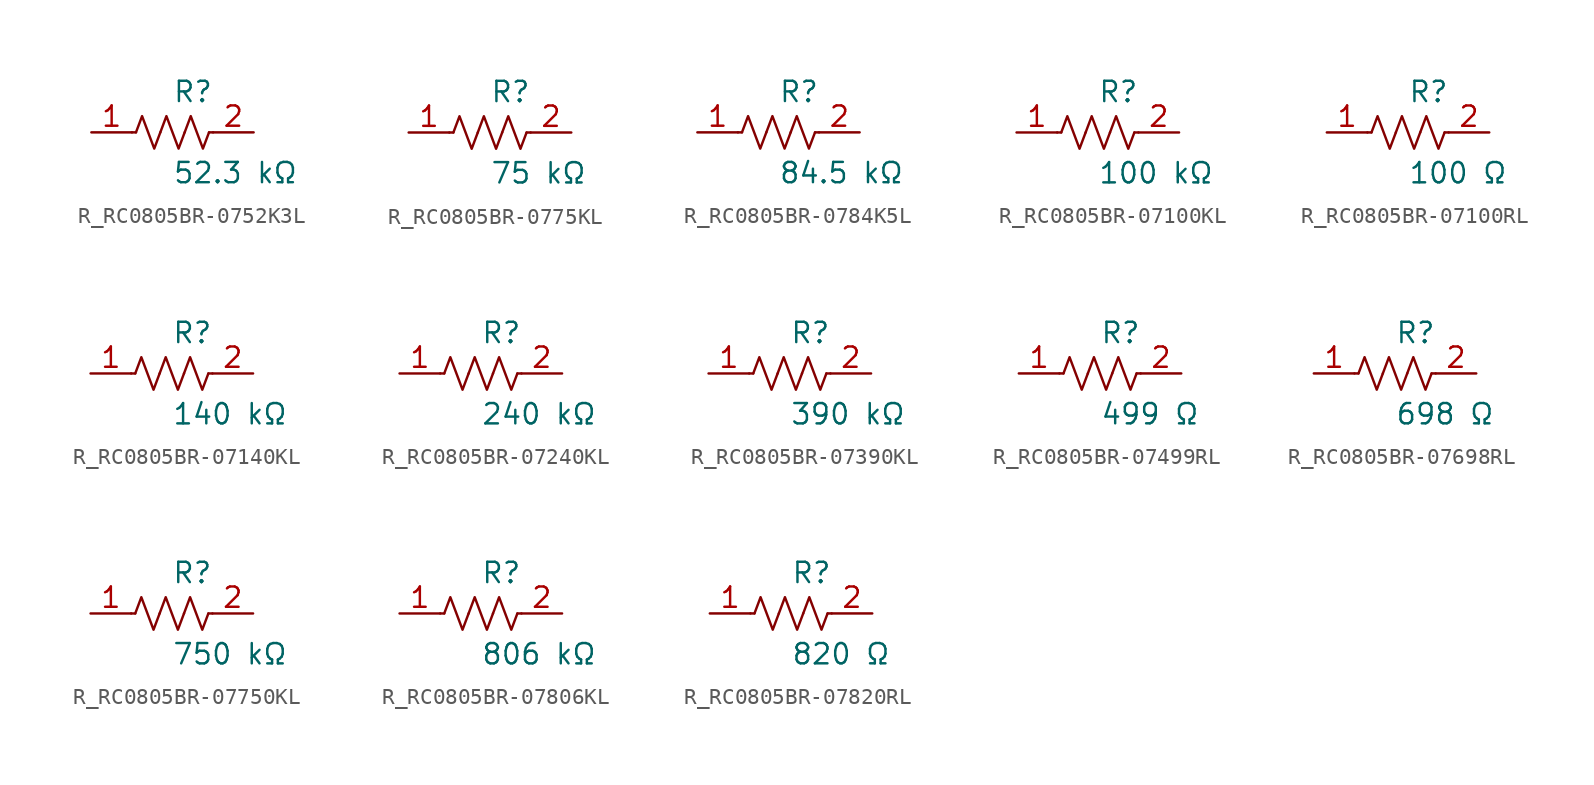
<source format=kicad_sym>
(kicad_symbol_lib
  (version 20231120)
  (generator kicad_symbol_editor)
  (generator_version 8.0)
  (symbol "R_RC0805BR-0752K3L"
    (pin_names
      (offset 0.254))
    (property "Reference" "R"
      (at 0 2.54 0)
      (effects (font (size 1.27 1.27)) (justify left)))
    (property "Value" "52.3 kΩ"
      (at 0 -2.54 0)
      (effects (font (size 1.27 1.27)) (justify left)))
    (symbol "R_RC0805BR-0752K3L_0_1"
      (polyline (pts (xy 2.286 0) (xy 2.54 0)) (stroke (width 0) (type default)) (fill (type none)))
      (polyline (pts (xy -2.286 0) (xy -2.54 0)) (stroke (width 0) (type default)) (fill (type none)))
      (polyline (pts (xy 0.762 0) (xy 1.143 1.016) (xy 1.524 0) (xy 1.905 -1.016) (xy 2.286 0)) (stroke (width 0) (type default)) (fill (type none)))
      (polyline (pts (xy -0.762 0) (xy -0.381 1.016) (xy 0 0) (xy 0.381 -1.016) (xy 0.762 0)) (stroke (width 0) (type default)) (fill (type none)))
      (polyline (pts (xy -2.286 0) (xy -1.905 1.016) (xy -1.524 0) (xy -1.143 -1.016) (xy -0.762 0)) (stroke (width 0) (type default)) (fill (type none))))
    (pin passive line
      (at -5.08 0 0)
      (length 2.54)
      (name "" (effects (font (size 1.27 1.27))))
      (number "1" (effects (font (size 1.27 1.27)))))
    (pin passive line
      (at 5.08 0 180)
      (length 2.54)
      (name "" (effects (font (size 1.27 1.27))))
      (number "2" (effects (font (size 1.27 1.27))))))
  (symbol "R_RC0805BR-0775KL"
    (pin_names
      (offset 0.254))
    (property "Reference" "R"
      (at 0 2.54 0)
      (effects (font (size 1.27 1.27)) (justify left)))
    (property "Value" "75 kΩ"
      (at 0 -2.54 0)
      (effects (font (size 1.27 1.27)) (justify left)))
    (symbol "R_RC0805BR-0775KL_0_1"
      (polyline (pts (xy 2.286 0) (xy 2.54 0)) (stroke (width 0) (type default)) (fill (type none)))
      (polyline (pts (xy -2.286 0) (xy -2.54 0)) (stroke (width 0) (type default)) (fill (type none)))
      (polyline (pts (xy 0.762 0) (xy 1.143 1.016) (xy 1.524 0) (xy 1.905 -1.016) (xy 2.286 0)) (stroke (width 0) (type default)) (fill (type none)))
      (polyline (pts (xy -0.762 0) (xy -0.381 1.016) (xy 0 0) (xy 0.381 -1.016) (xy 0.762 0)) (stroke (width 0) (type default)) (fill (type none)))
      (polyline (pts (xy -2.286 0) (xy -1.905 1.016) (xy -1.524 0) (xy -1.143 -1.016) (xy -0.762 0)) (stroke (width 0) (type default)) (fill (type none))))
    (pin passive line
      (at -5.08 0 0)
      (length 2.54)
      (name "" (effects (font (size 1.27 1.27))))
      (number "1" (effects (font (size 1.27 1.27)))))
    (pin passive line
      (at 5.08 0 180)
      (length 2.54)
      (name "" (effects (font (size 1.27 1.27))))
      (number "2" (effects (font (size 1.27 1.27))))))
  (symbol "R_RC0805BR-0784K5L"
    (pin_names
      (offset 0.254))
    (property "Reference" "R"
      (at 0 2.54 0)
      (effects (font (size 1.27 1.27)) (justify left)))
    (property "Value" "84.5 kΩ"
      (at 0 -2.54 0)
      (effects (font (size 1.27 1.27)) (justify left)))
    (symbol "R_RC0805BR-0784K5L_0_1"
      (polyline (pts (xy 2.286 0) (xy 2.54 0)) (stroke (width 0) (type default)) (fill (type none)))
      (polyline (pts (xy -2.286 0) (xy -2.54 0)) (stroke (width 0) (type default)) (fill (type none)))
      (polyline (pts (xy 0.762 0) (xy 1.143 1.016) (xy 1.524 0) (xy 1.905 -1.016) (xy 2.286 0)) (stroke (width 0) (type default)) (fill (type none)))
      (polyline (pts (xy -0.762 0) (xy -0.381 1.016) (xy 0 0) (xy 0.381 -1.016) (xy 0.762 0)) (stroke (width 0) (type default)) (fill (type none)))
      (polyline (pts (xy -2.286 0) (xy -1.905 1.016) (xy -1.524 0) (xy -1.143 -1.016) (xy -0.762 0)) (stroke (width 0) (type default)) (fill (type none))))
    (pin passive line
      (at -5.08 0 0)
      (length 2.54)
      (name "" (effects (font (size 1.27 1.27))))
      (number "1" (effects (font (size 1.27 1.27)))))
    (pin passive line
      (at 5.08 0 180)
      (length 2.54)
      (name "" (effects (font (size 1.27 1.27))))
      (number "2" (effects (font (size 1.27 1.27))))))
  (symbol "R_RC0805BR-07100KL"
    (pin_names
      (offset 0.254))
    (property "Reference" "R"
      (at 0 2.54 0)
      (effects (font (size 1.27 1.27)) (justify left)))
    (property "Value" "100 kΩ"
      (at 0 -2.54 0)
      (effects (font (size 1.27 1.27)) (justify left)))
    (symbol "R_RC0805BR-07100KL_0_1"
      (polyline (pts (xy 2.286 0) (xy 2.54 0)) (stroke (width 0) (type default)) (fill (type none)))
      (polyline (pts (xy -2.286 0) (xy -2.54 0)) (stroke (width 0) (type default)) (fill (type none)))
      (polyline (pts (xy 0.762 0) (xy 1.143 1.016) (xy 1.524 0) (xy 1.905 -1.016) (xy 2.286 0)) (stroke (width 0) (type default)) (fill (type none)))
      (polyline (pts (xy -0.762 0) (xy -0.381 1.016) (xy 0 0) (xy 0.381 -1.016) (xy 0.762 0)) (stroke (width 0) (type default)) (fill (type none)))
      (polyline (pts (xy -2.286 0) (xy -1.905 1.016) (xy -1.524 0) (xy -1.143 -1.016) (xy -0.762 0)) (stroke (width 0) (type default)) (fill (type none))))
    (pin passive line
      (at -5.08 0 0)
      (length 2.54)
      (name "" (effects (font (size 1.27 1.27))))
      (number "1" (effects (font (size 1.27 1.27)))))
    (pin passive line
      (at 5.08 0 180)
      (length 2.54)
      (name "" (effects (font (size 1.27 1.27))))
      (number "2" (effects (font (size 1.27 1.27))))))
  (symbol "R_RC0805BR-07100RL"
    (pin_names
      (offset 0.254))
    (property "Reference" "R"
      (at 0 2.54 0)
      (effects (font (size 1.27 1.27)) (justify left)))
    (property "Value" "100 Ω"
      (at 0 -2.54 0)
      (effects (font (size 1.27 1.27)) (justify left)))
    (symbol "R_RC0805BR-07100RL_0_1"
      (polyline (pts (xy 2.286 0) (xy 2.54 0)) (stroke (width 0) (type default)) (fill (type none)))
      (polyline (pts (xy -2.286 0) (xy -2.54 0)) (stroke (width 0) (type default)) (fill (type none)))
      (polyline (pts (xy 0.762 0) (xy 1.143 1.016) (xy 1.524 0) (xy 1.905 -1.016) (xy 2.286 0)) (stroke (width 0) (type default)) (fill (type none)))
      (polyline (pts (xy -0.762 0) (xy -0.381 1.016) (xy 0 0) (xy 0.381 -1.016) (xy 0.762 0)) (stroke (width 0) (type default)) (fill (type none)))
      (polyline (pts (xy -2.286 0) (xy -1.905 1.016) (xy -1.524 0) (xy -1.143 -1.016) (xy -0.762 0)) (stroke (width 0) (type default)) (fill (type none))))
    (pin passive line
      (at -5.08 0 0)
      (length 2.54)
      (name "" (effects (font (size 1.27 1.27))))
      (number "1" (effects (font (size 1.27 1.27)))))
    (pin passive line
      (at 5.08 0 180)
      (length 2.54)
      (name "" (effects (font (size 1.27 1.27))))
      (number "2" (effects (font (size 1.27 1.27))))))
  (symbol "R_RC0805BR-07140KL"
    (pin_names
      (offset 0.254))
    (property "Reference" "R"
      (at 0 2.54 0)
      (effects (font (size 1.27 1.27)) (justify left)))
    (property "Value" "140 kΩ"
      (at 0 -2.54 0)
      (effects (font (size 1.27 1.27)) (justify left)))
    (symbol "R_RC0805BR-07140KL_0_1"
      (polyline (pts (xy 2.286 0) (xy 2.54 0)) (stroke (width 0) (type default)) (fill (type none)))
      (polyline (pts (xy -2.286 0) (xy -2.54 0)) (stroke (width 0) (type default)) (fill (type none)))
      (polyline (pts (xy 0.762 0) (xy 1.143 1.016) (xy 1.524 0) (xy 1.905 -1.016) (xy 2.286 0)) (stroke (width 0) (type default)) (fill (type none)))
      (polyline (pts (xy -0.762 0) (xy -0.381 1.016) (xy 0 0) (xy 0.381 -1.016) (xy 0.762 0)) (stroke (width 0) (type default)) (fill (type none)))
      (polyline (pts (xy -2.286 0) (xy -1.905 1.016) (xy -1.524 0) (xy -1.143 -1.016) (xy -0.762 0)) (stroke (width 0) (type default)) (fill (type none))))
    (pin passive line
      (at -5.08 0 0)
      (length 2.54)
      (name "" (effects (font (size 1.27 1.27))))
      (number "1" (effects (font (size 1.27 1.27)))))
    (pin passive line
      (at 5.08 0 180)
      (length 2.54)
      (name "" (effects (font (size 1.27 1.27))))
      (number "2" (effects (font (size 1.27 1.27))))))
  (symbol "R_RC0805BR-07240KL"
    (pin_names
      (offset 0.254))
    (property "Reference" "R"
      (at 0 2.54 0)
      (effects (font (size 1.27 1.27)) (justify left)))
    (property "Value" "240 kΩ"
      (at 0 -2.54 0)
      (effects (font (size 1.27 1.27)) (justify left)))
    (symbol "R_RC0805BR-07240KL_0_1"
      (polyline (pts (xy 2.286 0) (xy 2.54 0)) (stroke (width 0) (type default)) (fill (type none)))
      (polyline (pts (xy -2.286 0) (xy -2.54 0)) (stroke (width 0) (type default)) (fill (type none)))
      (polyline (pts (xy 0.762 0) (xy 1.143 1.016) (xy 1.524 0) (xy 1.905 -1.016) (xy 2.286 0)) (stroke (width 0) (type default)) (fill (type none)))
      (polyline (pts (xy -0.762 0) (xy -0.381 1.016) (xy 0 0) (xy 0.381 -1.016) (xy 0.762 0)) (stroke (width 0) (type default)) (fill (type none)))
      (polyline (pts (xy -2.286 0) (xy -1.905 1.016) (xy -1.524 0) (xy -1.143 -1.016) (xy -0.762 0)) (stroke (width 0) (type default)) (fill (type none))))
    (pin passive line
      (at -5.08 0 0)
      (length 2.54)
      (name "" (effects (font (size 1.27 1.27))))
      (number "1" (effects (font (size 1.27 1.27)))))
    (pin passive line
      (at 5.08 0 180)
      (length 2.54)
      (name "" (effects (font (size 1.27 1.27))))
      (number "2" (effects (font (size 1.27 1.27))))))
  (symbol "R_RC0805BR-07390KL"
    (pin_names
      (offset 0.254))
    (property "Reference" "R"
      (at 0 2.54 0)
      (effects (font (size 1.27 1.27)) (justify left)))
    (property "Value" "390 kΩ"
      (at 0 -2.54 0)
      (effects (font (size 1.27 1.27)) (justify left)))
    (symbol "R_RC0805BR-07390KL_0_1"
      (polyline (pts (xy 2.286 0) (xy 2.54 0)) (stroke (width 0) (type default)) (fill (type none)))
      (polyline (pts (xy -2.286 0) (xy -2.54 0)) (stroke (width 0) (type default)) (fill (type none)))
      (polyline (pts (xy 0.762 0) (xy 1.143 1.016) (xy 1.524 0) (xy 1.905 -1.016) (xy 2.286 0)) (stroke (width 0) (type default)) (fill (type none)))
      (polyline (pts (xy -0.762 0) (xy -0.381 1.016) (xy 0 0) (xy 0.381 -1.016) (xy 0.762 0)) (stroke (width 0) (type default)) (fill (type none)))
      (polyline (pts (xy -2.286 0) (xy -1.905 1.016) (xy -1.524 0) (xy -1.143 -1.016) (xy -0.762 0)) (stroke (width 0) (type default)) (fill (type none))))
    (pin passive line
      (at -5.08 0 0)
      (length 2.54)
      (name "" (effects (font (size 1.27 1.27))))
      (number "1" (effects (font (size 1.27 1.27)))))
    (pin passive line
      (at 5.08 0 180)
      (length 2.54)
      (name "" (effects (font (size 1.27 1.27))))
      (number "2" (effects (font (size 1.27 1.27))))))
  (symbol "R_RC0805BR-07499RL"
    (pin_names
      (offset 0.254))
    (property "Reference" "R"
      (at 0 2.54 0)
      (effects (font (size 1.27 1.27)) (justify left)))
    (property "Value" "499 Ω"
      (at 0 -2.54 0)
      (effects (font (size 1.27 1.27)) (justify left)))
    (symbol "R_RC0805BR-07499RL_0_1"
      (polyline (pts (xy 2.286 0) (xy 2.54 0)) (stroke (width 0) (type default)) (fill (type none)))
      (polyline (pts (xy -2.286 0) (xy -2.54 0)) (stroke (width 0) (type default)) (fill (type none)))
      (polyline (pts (xy 0.762 0) (xy 1.143 1.016) (xy 1.524 0) (xy 1.905 -1.016) (xy 2.286 0)) (stroke (width 0) (type default)) (fill (type none)))
      (polyline (pts (xy -0.762 0) (xy -0.381 1.016) (xy 0 0) (xy 0.381 -1.016) (xy 0.762 0)) (stroke (width 0) (type default)) (fill (type none)))
      (polyline (pts (xy -2.286 0) (xy -1.905 1.016) (xy -1.524 0) (xy -1.143 -1.016) (xy -0.762 0)) (stroke (width 0) (type default)) (fill (type none))))
    (pin passive line
      (at -5.08 0 0)
      (length 2.54)
      (name "" (effects (font (size 1.27 1.27))))
      (number "1" (effects (font (size 1.27 1.27)))))
    (pin passive line
      (at 5.08 0 180)
      (length 2.54)
      (name "" (effects (font (size 1.27 1.27))))
      (number "2" (effects (font (size 1.27 1.27))))))
  (symbol "R_RC0805BR-07698RL"
    (pin_names
      (offset 0.254))
    (property "Reference" "R"
      (at 0 2.54 0)
      (effects (font (size 1.27 1.27)) (justify left)))
    (property "Value" "698 Ω"
      (at 0 -2.54 0)
      (effects (font (size 1.27 1.27)) (justify left)))
    (symbol "R_RC0805BR-07698RL_0_1"
      (polyline (pts (xy 2.286 0) (xy 2.54 0)) (stroke (width 0) (type default)) (fill (type none)))
      (polyline (pts (xy -2.286 0) (xy -2.54 0)) (stroke (width 0) (type default)) (fill (type none)))
      (polyline (pts (xy 0.762 0) (xy 1.143 1.016) (xy 1.524 0) (xy 1.905 -1.016) (xy 2.286 0)) (stroke (width 0) (type default)) (fill (type none)))
      (polyline (pts (xy -0.762 0) (xy -0.381 1.016) (xy 0 0) (xy 0.381 -1.016) (xy 0.762 0)) (stroke (width 0) (type default)) (fill (type none)))
      (polyline (pts (xy -2.286 0) (xy -1.905 1.016) (xy -1.524 0) (xy -1.143 -1.016) (xy -0.762 0)) (stroke (width 0) (type default)) (fill (type none))))
    (pin passive line
      (at -5.08 0 0)
      (length 2.54)
      (name "" (effects (font (size 1.27 1.27))))
      (number "1" (effects (font (size 1.27 1.27)))))
    (pin passive line
      (at 5.08 0 180)
      (length 2.54)
      (name "" (effects (font (size 1.27 1.27))))
      (number "2" (effects (font (size 1.27 1.27))))))
  (symbol "R_RC0805BR-07750KL"
    (pin_names
      (offset 0.254))
    (property "Reference" "R"
      (at 0 2.54 0)
      (effects (font (size 1.27 1.27)) (justify left)))
    (property "Value" "750 kΩ"
      (at 0 -2.54 0)
      (effects (font (size 1.27 1.27)) (justify left)))
    (symbol "R_RC0805BR-07750KL_0_1"
      (polyline (pts (xy 2.286 0) (xy 2.54 0)) (stroke (width 0) (type default)) (fill (type none)))
      (polyline (pts (xy -2.286 0) (xy -2.54 0)) (stroke (width 0) (type default)) (fill (type none)))
      (polyline (pts (xy 0.762 0) (xy 1.143 1.016) (xy 1.524 0) (xy 1.905 -1.016) (xy 2.286 0)) (stroke (width 0) (type default)) (fill (type none)))
      (polyline (pts (xy -0.762 0) (xy -0.381 1.016) (xy 0 0) (xy 0.381 -1.016) (xy 0.762 0)) (stroke (width 0) (type default)) (fill (type none)))
      (polyline (pts (xy -2.286 0) (xy -1.905 1.016) (xy -1.524 0) (xy -1.143 -1.016) (xy -0.762 0)) (stroke (width 0) (type default)) (fill (type none))))
    (pin passive line
      (at -5.08 0 0)
      (length 2.54)
      (name "" (effects (font (size 1.27 1.27))))
      (number "1" (effects (font (size 1.27 1.27)))))
    (pin passive line
      (at 5.08 0 180)
      (length 2.54)
      (name "" (effects (font (size 1.27 1.27))))
      (number "2" (effects (font (size 1.27 1.27))))))
  (symbol "R_RC0805BR-07806KL"
    (pin_names
      (offset 0.254))
    (property "Reference" "R"
      (at 0 2.54 0)
      (effects (font (size 1.27 1.27)) (justify left)))
    (property "Value" "806 kΩ"
      (at 0 -2.54 0)
      (effects (font (size 1.27 1.27)) (justify left)))
    (symbol "R_RC0805BR-07806KL_0_1"
      (polyline (pts (xy 2.286 0) (xy 2.54 0)) (stroke (width 0) (type default)) (fill (type none)))
      (polyline (pts (xy -2.286 0) (xy -2.54 0)) (stroke (width 0) (type default)) (fill (type none)))
      (polyline (pts (xy 0.762 0) (xy 1.143 1.016) (xy 1.524 0) (xy 1.905 -1.016) (xy 2.286 0)) (stroke (width 0) (type default)) (fill (type none)))
      (polyline (pts (xy -0.762 0) (xy -0.381 1.016) (xy 0 0) (xy 0.381 -1.016) (xy 0.762 0)) (stroke (width 0) (type default)) (fill (type none)))
      (polyline (pts (xy -2.286 0) (xy -1.905 1.016) (xy -1.524 0) (xy -1.143 -1.016) (xy -0.762 0)) (stroke (width 0) (type default)) (fill (type none))))
    (pin passive line
      (at -5.08 0 0)
      (length 2.54)
      (name "" (effects (font (size 1.27 1.27))))
      (number "1" (effects (font (size 1.27 1.27)))))
    (pin passive line
      (at 5.08 0 180)
      (length 2.54)
      (name "" (effects (font (size 1.27 1.27))))
      (number "2" (effects (font (size 1.27 1.27))))))
  (symbol "R_RC0805BR-07820RL"
    (pin_names
      (offset 0.254))
    (property "Reference" "R"
      (at 0 2.54 0)
      (effects (font (size 1.27 1.27)) (justify left)))
    (property "Value" "820 Ω"
      (at 0 -2.54 0)
      (effects (font (size 1.27 1.27)) (justify left)))
    (symbol "R_RC0805BR-07820RL_0_1"
      (polyline (pts (xy 2.286 0) (xy 2.54 0)) (stroke (width 0) (type default)) (fill (type none)))
      (polyline (pts (xy -2.286 0) (xy -2.54 0)) (stroke (width 0) (type default)) (fill (type none)))
      (polyline (pts (xy 0.762 0) (xy 1.143 1.016) (xy 1.524 0) (xy 1.905 -1.016) (xy 2.286 0)) (stroke (width 0) (type default)) (fill (type none)))
      (polyline (pts (xy -0.762 0) (xy -0.381 1.016) (xy 0 0) (xy 0.381 -1.016) (xy 0.762 0)) (stroke (width 0) (type default)) (fill (type none)))
      (polyline (pts (xy -2.286 0) (xy -1.905 1.016) (xy -1.524 0) (xy -1.143 -1.016) (xy -0.762 0)) (stroke (width 0) (type default)) (fill (type none))))
    (pin passive line
      (at -5.08 0 0)
      (length 2.54)
      (name "" (effects (font (size 1.27 1.27))))
      (number "1" (effects (font (size 1.27 1.27)))))
    (pin passive line
      (at 5.08 0 180)
      (length 2.54)
      (name "" (effects (font (size 1.27 1.27))))
      (number "2" (effects (font (size 1.27 1.27)))))))
</source>
